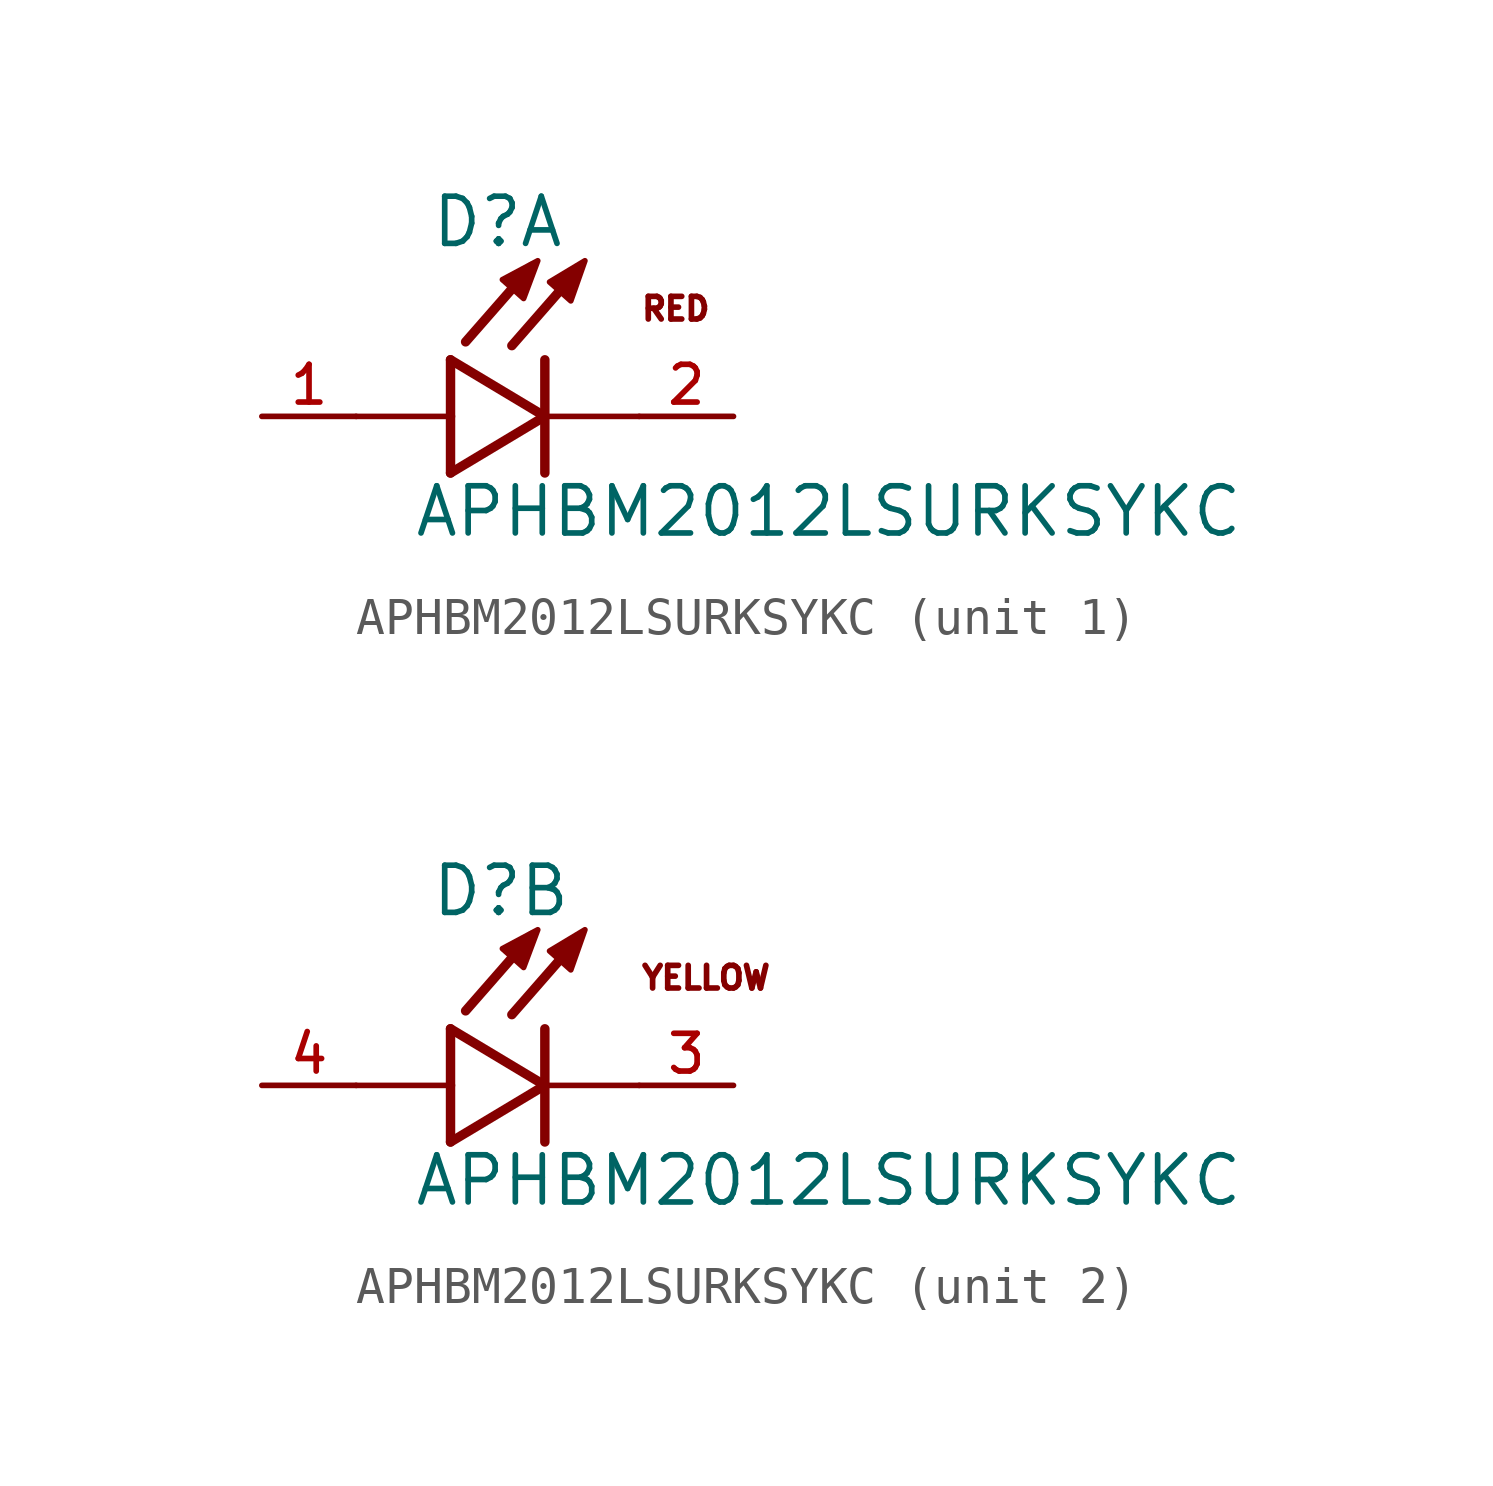
<source format=kicad_sym>
(kicad_symbol_lib
  (version 20211014)
  (generator kicad_symbol_editor)
  (symbol "APHBM2012LSURKSYKC"
    (pin_names
      (offset 1.016))
    (property "Reference" "D"
      (at -3.099 4.496 0)
      (effects (font (size 1.27 1.27)) (justify bottom left)))
    (property "Value" "APHBM2012LSURKSYKC"
      (at -3.556 -3.302 0)
      (effects (font (size 1.27 1.27)) (justify bottom left)))
    (symbol "APHBM2012LSURKSYKC_1_0"
      (polyline (pts (xy -2.54 1.524) (xy -2.54 0.0)) (stroke (width 0.254)))
      (polyline (pts (xy -2.54 0.0) (xy -2.54 -1.524)) (stroke (width 0.254)))
      (polyline (pts (xy -2.54 -1.524) (xy 0.0 0.0)) (stroke (width 0.254)))
      (polyline (pts (xy 0.0 0.0) (xy -2.54 1.524)) (stroke (width 0.254)))
      (polyline (pts (xy 0.0 1.524) (xy 0.0 0.0)) (stroke (width 0.254)))
      (polyline (pts (xy 0.0 0.0) (xy 0.0 -1.524)) (stroke (width 0.254)))
      (polyline (pts (xy -2.54 0.0) (xy -5.08 0.0)) (stroke (width 0.152)))
      (polyline (pts (xy 0.889 3.937) (xy -0.889 1.905)) (stroke (width 0.254)))
      (polyline (pts (xy -0.356 4.039) (xy -2.134 2.007)) (stroke (width 0.254)))
      (polyline (pts (xy 2.54 0.0) (xy 0.0 0.0)) (stroke (width 0.152)))
      (polyline (pts (xy -1.143 3.683) (xy -0.572 3.175) (xy -0.191 4.191) (xy -1.143 3.683)) (stroke (width 0.152)) (fill (type outline)))
      (polyline (pts (xy 0.127 3.619) (xy 0.699 3.111) (xy 1.079 4.191) (xy 0.127 3.619)) (stroke (width 0.152)) (fill (type outline)))
      (text "RED" (at 2.54 2.54 0) (effects (font (size 0.61 0.61)) (justify bottom left)))
      (pin passive line (at 5.08 0.0 180.0) (length 2.54) (name "~" (effects (font (size 1.016 1.016)))) (number "2" (effects (font (size 1.016 1.016)))))
      (pin passive line (at -7.62 0.0 0) (length 2.54) (name "~" (effects (font (size 1.016 1.016)))) (number "1" (effects (font (size 1.016 1.016))))))
    (symbol "APHBM2012LSURKSYKC_2_0"
      (polyline (pts (xy -2.54 1.524) (xy -2.54 0.0)) (stroke (width 0.254)))
      (polyline (pts (xy -2.54 0.0) (xy -2.54 -1.524)) (stroke (width 0.254)))
      (polyline (pts (xy -2.54 -1.524) (xy 0.0 0.0)) (stroke (width 0.254)))
      (polyline (pts (xy 0.0 0.0) (xy -2.54 1.524)) (stroke (width 0.254)))
      (polyline (pts (xy 0.0 1.524) (xy 0.0 0.0)) (stroke (width 0.254)))
      (polyline (pts (xy 0.0 0.0) (xy 0.0 -1.524)) (stroke (width 0.254)))
      (polyline (pts (xy -2.54 0.0) (xy -5.08 0.0)) (stroke (width 0.152)))
      (polyline (pts (xy 0.889 3.937) (xy -0.889 1.905)) (stroke (width 0.254)))
      (polyline (pts (xy -0.356 4.039) (xy -2.134 2.007)) (stroke (width 0.254)))
      (polyline (pts (xy 2.54 0.0) (xy 0.0 0.0)) (stroke (width 0.152)))
      (polyline (pts (xy -1.143 3.683) (xy -0.572 3.175) (xy -0.191 4.191) (xy -1.143 3.683)) (stroke (width 0.152)) (fill (type outline)))
      (polyline (pts (xy 0.127 3.619) (xy 0.699 3.111) (xy 1.079 4.191) (xy 0.127 3.619)) (stroke (width 0.152)) (fill (type outline)))
      (text "YELLOW" (at 2.54 2.54 0) (effects (font (size 0.61 0.61)) (justify bottom left)))
      (pin passive line (at 5.08 0.0 180.0) (length 2.54) (name "~" (effects (font (size 1.016 1.016)))) (number "3" (effects (font (size 1.016 1.016)))))
      (pin passive line (at -7.62 0.0 0) (length 2.54) (name "~" (effects (font (size 1.016 1.016)))) (number "4" (effects (font (size 1.016 1.016))))))))
</source>
